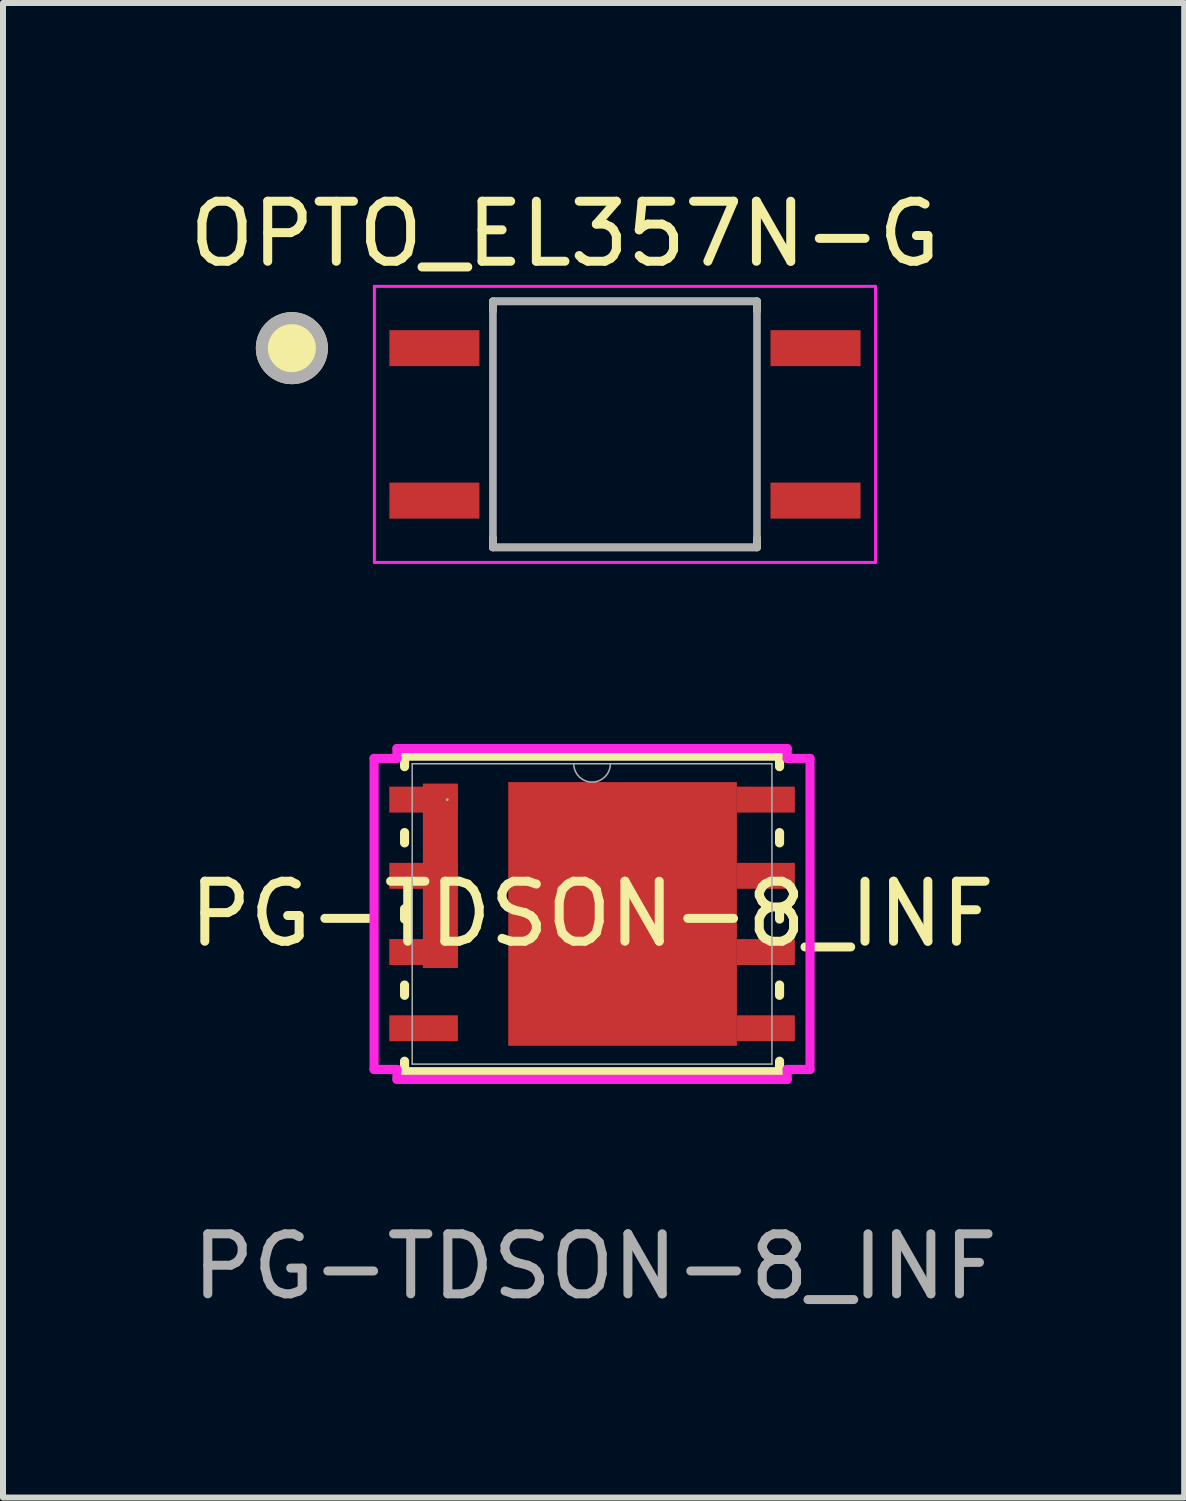
<source format=kicad_pcb>
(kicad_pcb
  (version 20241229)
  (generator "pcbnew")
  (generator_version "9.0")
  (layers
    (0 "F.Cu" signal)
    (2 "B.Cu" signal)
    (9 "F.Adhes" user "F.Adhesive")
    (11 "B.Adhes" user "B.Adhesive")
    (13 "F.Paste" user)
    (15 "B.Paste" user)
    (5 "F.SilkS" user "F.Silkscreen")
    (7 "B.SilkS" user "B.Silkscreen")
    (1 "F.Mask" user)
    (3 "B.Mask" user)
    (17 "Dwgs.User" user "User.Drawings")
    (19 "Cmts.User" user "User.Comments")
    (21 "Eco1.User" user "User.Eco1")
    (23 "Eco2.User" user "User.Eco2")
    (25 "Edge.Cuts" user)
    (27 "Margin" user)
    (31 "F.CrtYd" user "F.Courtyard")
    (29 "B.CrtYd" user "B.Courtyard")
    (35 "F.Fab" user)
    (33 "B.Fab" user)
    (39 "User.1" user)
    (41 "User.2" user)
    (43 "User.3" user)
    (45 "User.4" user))
  (footprint "PG-TDSON-8_INF"
    (layer "F.Cu")
    (at 6.815 12.178)
    (property "Reference" "PG-TDSON-8_INF" (at 0 0 0) (unlocked yes) (layer "F.SilkS") (effects (font (size 1 1) (thickness 0.15))))
    (attr smd)
    (fp_poly (pts (xy -2.235 -2.172) (xy -2.235 0.902) (xy -2.819 0.902) (xy -2.819 -2.172)) (stroke (width 0) (type solid)) (fill yes) (layer "F.Cu"))
    (fp_poly (pts (xy -1.397 -2.197) (xy -1.397 2.197) (xy 2.413 2.197) (xy 2.413 -2.197)) (stroke (width 0) (type solid)) (fill yes) (layer "F.Cu"))
    (fp_poly (pts (xy -2.235 -2.172) (xy -2.235 0.902) (xy -2.819 0.902) (xy -2.819 -2.172)) (stroke (width 0) (type solid)) (fill yes) (layer "F.Mask"))
    (fp_poly (pts (xy -1.397 -2.197) (xy -1.397 2.197) (xy 2.413 2.197) (xy 2.413 -2.197)) (stroke (width 0) (type solid)) (fill yes) (layer "F.Mask"))
    (fp_line (start -3.124 -2.629) (end -3.124 -2.454) (stroke (width 0.152) (type solid)) (layer "F.SilkS"))
    (fp_line (start -3.124 -1.356) (end -3.124 -1.184) (stroke (width 0.152) (type solid)) (layer "F.SilkS"))
    (fp_line (start -3.124 -0.086) (end -3.124 0.086) (stroke (width 0.152) (type solid)) (layer "F.SilkS"))
    (fp_line (start -3.124 1.184) (end -3.124 1.356) (stroke (width 0.152) (type solid)) (layer "F.SilkS"))
    (fp_line (start -3.124 2.454) (end -3.124 2.629) (stroke (width 0.152) (type solid)) (layer "F.SilkS"))
    (fp_line (start -3.124 2.629) (end 3.124 2.629) (stroke (width 0.152) (type solid)) (layer "F.SilkS"))
    (fp_line (start 3.124 -2.629) (end -3.124 -2.629) (stroke (width 0.152) (type solid)) (layer "F.SilkS"))
    (fp_line (start 3.124 -2.454) (end 3.124 -2.629) (stroke (width 0.152) (type solid)) (layer "F.SilkS"))
    (fp_line (start 3.124 -1.184) (end 3.124 -1.356) (stroke (width 0.152) (type solid)) (layer "F.SilkS"))
    (fp_line (start 3.124 0.086) (end 3.124 -0.086) (stroke (width 0.152) (type solid)) (layer "F.SilkS"))
    (fp_line (start 3.124 1.356) (end 3.124 1.184) (stroke (width 0.152) (type solid)) (layer "F.SilkS"))
    (fp_line (start 3.124 2.629) (end 3.124 2.454) (stroke (width 0.152) (type solid)) (layer "F.SilkS"))
    (fp_poly (pts (xy -2.235 -2.172) (xy -2.235 0.902) (xy -2.819 0.902) (xy -2.819 -2.172)) (stroke (width 0) (type solid)) (fill yes) (layer "F.Paste"))
    (fp_poly (pts (xy -1.805 -2.097) (xy -1.805 -0.832) (xy -0.735 -0.832) (xy -0.735 -2.097)) (stroke (width 0) (type solid)) (fill yes) (layer "F.Paste"))
    (fp_poly (pts (xy -1.805 -0.632) (xy -1.805 0.632) (xy -0.735 0.632) (xy -0.735 -0.632)) (stroke (width 0) (type solid)) (fill yes) (layer "F.Paste"))
    (fp_poly (pts (xy -1.805 0.832) (xy -1.805 2.097) (xy -0.735 2.097) (xy -0.735 0.832)) (stroke (width 0) (type solid)) (fill yes) (layer "F.Paste"))
    (fp_poly (pts (xy -1.397 -2.197) (xy -1.397 2.197) (xy 2.413 2.197) (xy 2.413 -2.197)) (stroke (width 0) (type solid)) (fill yes) (layer "F.Paste"))
    (fp_poly (pts (xy -0.535 -2.097) (xy -0.535 -0.832) (xy 0.535 -0.832) (xy 0.535 -2.097)) (stroke (width 0) (type solid)) (fill yes) (layer "F.Paste"))
    (fp_poly (pts (xy -0.535 -0.632) (xy -0.535 0.632) (xy 0.535 0.632) (xy 0.535 -0.632)) (stroke (width 0) (type solid)) (fill yes) (layer "F.Paste"))
    (fp_poly (pts (xy -0.535 0.832) (xy -0.535 2.097) (xy 0.535 2.097) (xy 0.535 0.832)) (stroke (width 0) (type solid)) (fill yes) (layer "F.Paste"))
    (fp_poly (pts (xy 0.735 -2.097) (xy 0.735 -0.832) (xy 1.805 -0.832) (xy 1.805 -2.097)) (stroke (width 0) (type solid)) (fill yes) (layer "F.Paste"))
    (fp_poly (pts (xy 0.735 -0.632) (xy 0.735 0.632) (xy 1.805 0.632) (xy 1.805 -0.632)) (stroke (width 0) (type solid)) (fill yes) (layer "F.Paste"))
    (fp_poly (pts (xy 0.735 0.832) (xy 0.735 2.097) (xy 1.805 2.097) (xy 1.805 0.832)) (stroke (width 0) (type solid)) (fill yes) (layer "F.Paste"))
    (fp_line (start -3.632 -2.591) (end -3.251 -2.591) (stroke (width 0.152) (type solid)) (layer "F.CrtYd"))
    (fp_line (start -3.632 2.591) (end -3.632 -2.591) (stroke (width 0.152) (type solid)) (layer "F.CrtYd"))
    (fp_line (start -3.632 2.591) (end -3.251 2.591) (stroke (width 0.152) (type solid)) (layer "F.CrtYd"))
    (fp_line (start -3.251 -2.756) (end 3.251 -2.756) (stroke (width 0.152) (type solid)) (layer "F.CrtYd"))
    (fp_line (start -3.251 -2.591) (end -3.251 -2.756) (stroke (width 0.152) (type solid)) (layer "F.CrtYd"))
    (fp_line (start -3.251 2.756) (end -3.251 2.591) (stroke (width 0.152) (type solid)) (layer "F.CrtYd"))
    (fp_line (start 3.251 -2.756) (end 3.251 -2.591) (stroke (width 0.152) (type solid)) (layer "F.CrtYd"))
    (fp_line (start 3.251 2.591) (end 3.251 2.756) (stroke (width 0.152) (type solid)) (layer "F.CrtYd"))
    (fp_line (start 3.251 2.756) (end -3.251 2.756) (stroke (width 0.152) (type solid)) (layer "F.CrtYd"))
    (fp_line (start 3.632 -2.591) (end 3.251 -2.591) (stroke (width 0.152) (type solid)) (layer "F.CrtYd"))
    (fp_line (start 3.632 -2.591) (end 3.632 2.591) (stroke (width 0.152) (type solid)) (layer "F.CrtYd"))
    (fp_line (start 3.632 2.591) (end 3.251 2.591) (stroke (width 0.152) (type solid)) (layer "F.CrtYd"))
    (fp_line (start -2.997 -2.502) (end -2.997 2.502) (stroke (width 0.025) (type solid)) (layer "F.Fab"))
    (fp_line (start -2.997 2.502) (end 2.997 2.502) (stroke (width 0.025) (type solid)) (layer "F.Fab"))
    (fp_line (start 2.997 -2.502) (end -2.997 -2.502) (stroke (width 0.025) (type solid)) (layer "F.Fab"))
    (fp_line (start 2.997 2.502) (end 2.997 -2.502) (stroke (width 0.025) (type solid)) (layer "F.Fab"))
    (fp_arc (start 0.3048 -2.5019) (mid 0 -2.1971) (end -0.3048 -2.5019) (stroke (width 0.0254) (type solid)) (layer "F.Fab"))
    (fp_circle (center -2.413 -1.905) (end -2.413 -1.905) (stroke (width 0.025) (type solid)) (fill no) (layer "F.Fab"))
    (fp_text user "${REFERENCE}" (at 0.05 5.875 0) (unlocked yes) (layer "F.Fab") (effects (font (size 1 1) (thickness 0.15))))
    (pad "1" smd rect (at -2.807 -1.905) (size 1.143 0.432) (layers "F.Cu" "F.Mask" "F.Paste"))
    (pad "2" smd rect (at -2.807 -0.635) (size 1.143 0.432) (layers "F.Cu" "F.Mask" "F.Paste"))
    (pad "3" smd rect (at -2.807 0.635) (size 1.143 0.432) (layers "F.Cu" "F.Mask" "F.Paste"))
    (pad "4" smd rect (at -2.807 1.905) (size 1.143 0.432) (layers "F.Cu" "F.Mask" "F.Paste"))
    (pad "5" smd rect (at 2.896 1.905) (size 0.965 0.432) (layers "F.Cu" "F.Mask" "F.Paste"))
    (pad "6" smd rect (at 2.896 0.635) (size 0.965 0.432) (layers "F.Cu" "F.Mask" "F.Paste"))
    (pad "7" smd rect (at 2.896 -0.635) (size 0.965 0.432) (layers "F.Cu" "F.Mask" "F.Paste"))
    (pad "8" smd rect (at 2.896 -1.905) (size 0.965 0.432) (layers "F.Cu" "F.Mask" "F.Paste")))
  (footprint "OPTO_EL357N-G"
    (layer "F.Cu")
    (at 7.363 4.021)
    (property "Reference" "OPTO_EL357N-G" (at -1 -3.173 0) (layer "F.SilkS") (effects (font (size 1 1) (thickness 0.15))))
    (attr through_hole)
    (fp_line (start -2.2 -2.05) (end 2.2 -2.05) (stroke (width 0.127) (type solid)) (layer "F.SilkS"))
    (fp_line (start -2.2 -1.89) (end -2.2 -2.05) (stroke (width 0.127) (type solid)) (layer "F.SilkS"))
    (fp_line (start -2.2 2.05) (end -2.2 1.89) (stroke (width 0.127) (type solid)) (layer "F.SilkS"))
    (fp_line (start 2.2 -2.05) (end 2.2 -1.89) (stroke (width 0.127) (type solid)) (layer "F.SilkS"))
    (fp_line (start 2.2 2.05) (end -2.2 2.05) (stroke (width 0.127) (type solid)) (layer "F.SilkS"))
    (fp_line (start 2.2 2.05) (end 2.2 1.89) (stroke (width 0.127) (type solid)) (layer "F.SilkS"))
    (fp_circle (center -5.55 -1.27) (end -5.05 -1.27) (stroke (width 0.2) (type solid)) (fill yes) (layer "F.SilkS"))
    (fp_line (start -4.175 -2.3) (end -4.175 2.3) (stroke (width 0.05) (type solid)) (layer "F.CrtYd"))
    (fp_line (start -4.175 2.3) (end 4.175 2.3) (stroke (width 0.05) (type solid)) (layer "F.CrtYd"))
    (fp_line (start 4.175 -2.3) (end -4.175 -2.3) (stroke (width 0.05) (type solid)) (layer "F.CrtYd"))
    (fp_line (start 4.175 2.3) (end 4.175 -2.3) (stroke (width 0.05) (type solid)) (layer "F.CrtYd"))
    (fp_line (start -2.2 -2.05) (end 2.2 -2.05) (stroke (width 0.127) (type solid)) (layer "F.Fab"))
    (fp_line (start -2.2 2.05) (end -2.2 -2.05) (stroke (width 0.127) (type solid)) (layer "F.Fab"))
    (fp_line (start 2.2 -2.05) (end 2.2 2.05) (stroke (width 0.127) (type solid)) (layer "F.Fab"))
    (fp_line (start 2.2 2.05) (end -2.2 2.05) (stroke (width 0.127) (type solid)) (layer "F.Fab"))
    (fp_circle (center -5.55 -1.27) (end -5.05 -1.27) (stroke (width 0.2) (type solid)) (fill no) (layer "F.Fab"))
    (pad "1" smd rect (at -3.175 -1.27) (size 1.5 0.6) (layers "F.Cu" "F.Mask" "F.Paste"))
    (pad "2" smd rect (at -3.175 1.27) (size 1.5 0.6) (layers "F.Cu" "F.Mask" "F.Paste"))
    (pad "3" smd rect (at 3.175 1.27) (size 1.5 0.6) (layers "F.Cu" "F.Mask" "F.Paste"))
    (pad "4" smd rect (at 3.175 -1.27) (size 1.5 0.6) (layers "F.Cu" "F.Mask" "F.Paste")))
  (gr_rect
    (start -3 -3)
    (end 16.681 21.902)
    (stroke (width 0.1) (type default))
    (fill no)
    (layer "Edge.Cuts")))
</source>
